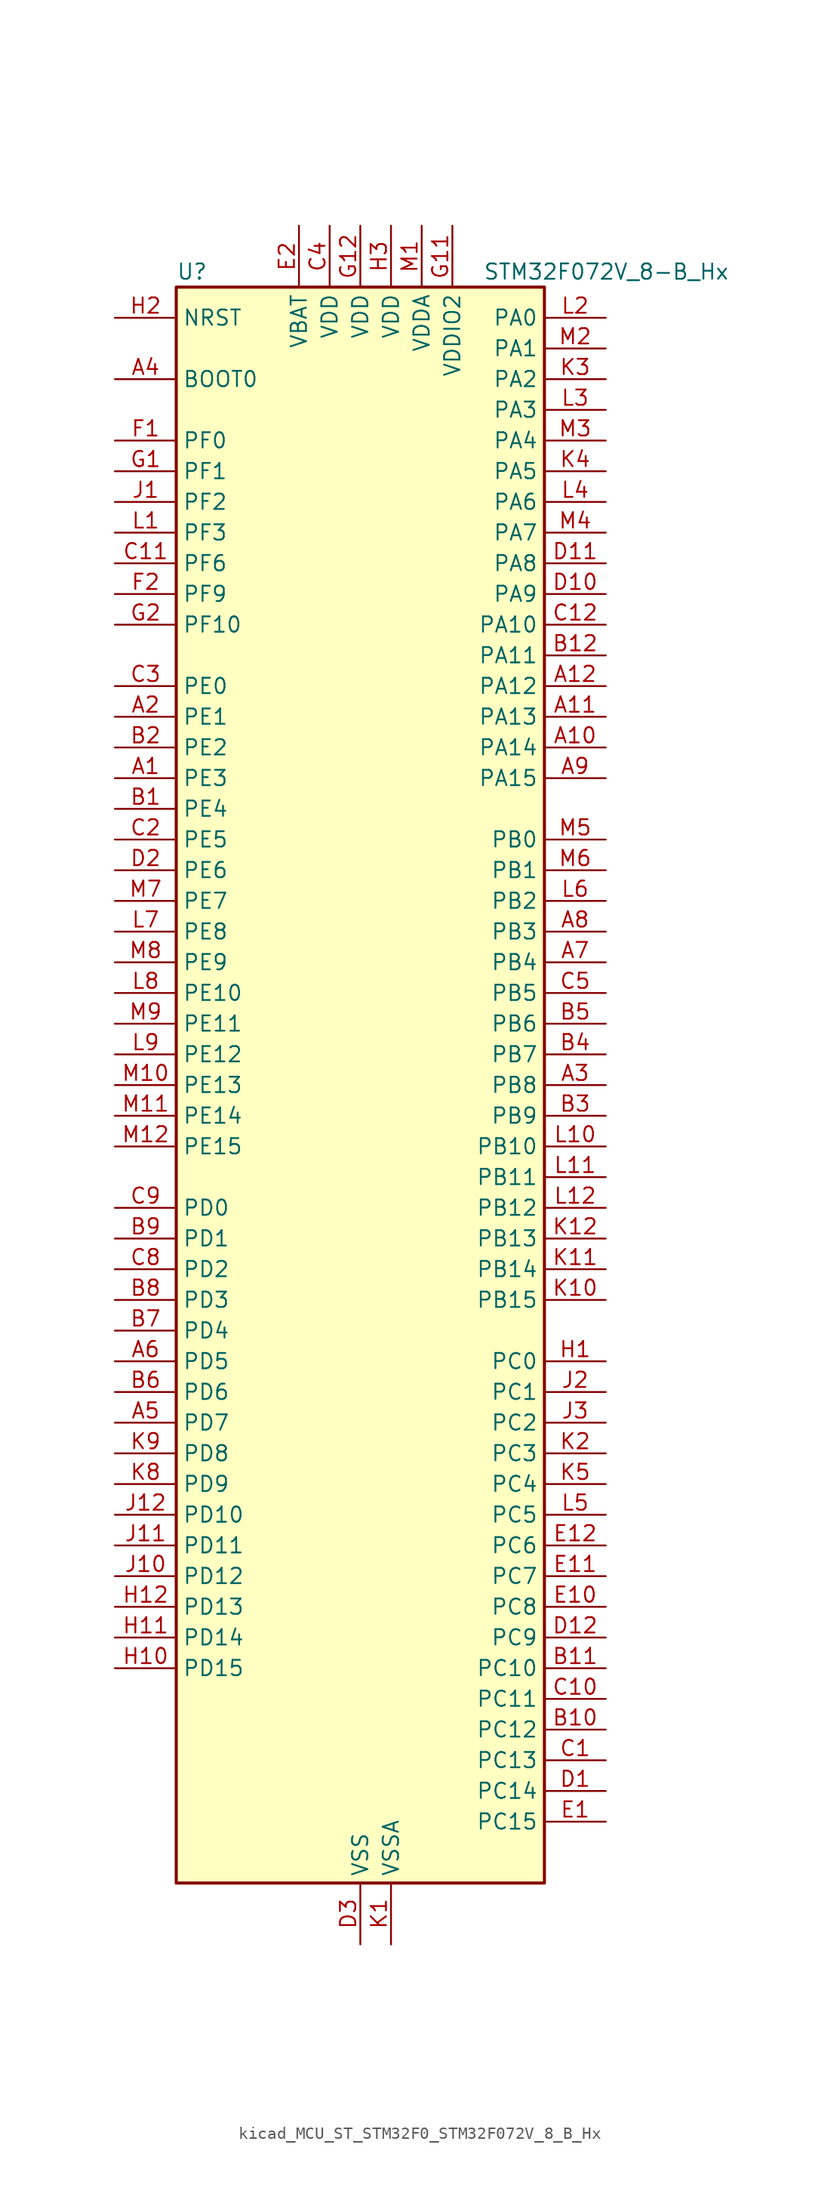
<source format=kicad_sym>
(kicad_symbol_lib
  (version 20220914)
  (generator kicad_symbol_editor)
  (symbol "kicad_MCU_ST_STM32F0_STM32F072V_8_B_Hx"
    (property "Reference" "U"
      (at -15.24 67.31 0)
      (effects (font (size 1.27 1.27)) (justify left)))
    (property "Value" "STM32F072V_8-B_Hx"
      (at 10.16 67.31 0)
      (effects (font (size 1.27 1.27)) (justify left)))
    (property "ki_locked" ""
      (at 0 0 0)
      (effects (font (size 1.27 1.27))))
    (symbol "kicad_MCU_ST_STM32F0_STM32F072V_8_B_Hx_0_1"
      (rectangle (start -15.24 -66.04) (end 15.24 66.04) (stroke (width 0.254) (type default)) (fill (type background))))
    (symbol "kicad_MCU_ST_STM32F0_STM32F072V_8_B_Hx_1_1"
      (pin bidirectional line (at -20.32 25.4 0) (length 5.08) (name "PE3" (effects (font (size 1.27 1.27)))) (number "A1" (effects (font (size 1.27 1.27)))) (alternate "TIM3_CH1" bidirectional line) (alternate "TSC_G7_IO2" bidirectional line))
      (pin bidirectional line (at 20.32 27.94 180) (length 5.08) (name "PA14" (effects (font (size 1.27 1.27)))) (number "A10" (effects (font (size 1.27 1.27)))) (alternate "SYS_SWCLK" bidirectional line) (alternate "USART2_TX" bidirectional line))
      (pin bidirectional line (at 20.32 30.48 180) (length 5.08) (name "PA13" (effects (font (size 1.27 1.27)))) (number "A11" (effects (font (size 1.27 1.27)))) (alternate "IR_OUT" bidirectional line) (alternate "SYS_SWDIO" bidirectional line) (alternate "USB_NOE" bidirectional line))
      (pin bidirectional line (at 20.32 33.02 180) (length 5.08) (name "PA12" (effects (font (size 1.27 1.27)))) (number "A12" (effects (font (size 1.27 1.27)))) (alternate "CAN_TX" bidirectional line) (alternate "COMP2_OUT" bidirectional line) (alternate "TIM1_ETR" bidirectional line) (alternate "TSC_G4_IO4" bidirectional line) (alternate "USART1_DE" bidirectional line) (alternate "USART1_RTS" bidirectional line) (alternate "USB_DP" bidirectional line))
      (pin bidirectional line (at -20.32 30.48 0) (length 5.08) (name "PE1" (effects (font (size 1.27 1.27)))) (number "A2" (effects (font (size 1.27 1.27)))) (alternate "TIM17_CH1" bidirectional line))
      (pin bidirectional line (at 20.32 0 180) (length 5.08) (name "PB8" (effects (font (size 1.27 1.27)))) (number "A3" (effects (font (size 1.27 1.27)))) (alternate "CAN_RX" bidirectional line) (alternate "CEC" bidirectional line) (alternate "I2C1_SCL" bidirectional line) (alternate "TIM16_CH1" bidirectional line) (alternate "TSC_SYNC" bidirectional line))
      (pin input line (at -20.32 58.42 0) (length 5.08) (name "BOOT0" (effects (font (size 1.27 1.27)))) (number "A4" (effects (font (size 1.27 1.27)))))
      (pin bidirectional line (at -20.32 -27.94 0) (length 5.08) (name "PD7" (effects (font (size 1.27 1.27)))) (number "A5" (effects (font (size 1.27 1.27)))) (alternate "USART2_CK" bidirectional line))
      (pin bidirectional line (at -20.32 -22.86 0) (length 5.08) (name "PD5" (effects (font (size 1.27 1.27)))) (number "A6" (effects (font (size 1.27 1.27)))) (alternate "USART2_TX" bidirectional line))
      (pin bidirectional line (at 20.32 10.16 180) (length 5.08) (name "PB4" (effects (font (size 1.27 1.27)))) (number "A7" (effects (font (size 1.27 1.27)))) (alternate "I2S1_MCK" bidirectional line) (alternate "SPI1_MISO" bidirectional line) (alternate "TIM17_BKIN" bidirectional line) (alternate "TIM3_CH1" bidirectional line) (alternate "TSC_G5_IO2" bidirectional line))
      (pin bidirectional line (at 20.32 12.7 180) (length 5.08) (name "PB3" (effects (font (size 1.27 1.27)))) (number "A8" (effects (font (size 1.27 1.27)))) (alternate "I2S1_CK" bidirectional line) (alternate "SPI1_SCK" bidirectional line) (alternate "TIM2_CH2" bidirectional line) (alternate "TSC_G5_IO1" bidirectional line))
      (pin bidirectional line (at 20.32 25.4 180) (length 5.08) (name "PA15" (effects (font (size 1.27 1.27)))) (number "A9" (effects (font (size 1.27 1.27)))) (alternate "I2S1_WS" bidirectional line) (alternate "SPI1_NSS" bidirectional line) (alternate "TIM2_CH1" bidirectional line) (alternate "TIM2_ETR" bidirectional line) (alternate "USART2_RX" bidirectional line) (alternate "USART4_DE" bidirectional line) (alternate "USART4_RTS" bidirectional line))
      (pin bidirectional line (at -20.32 22.86 0) (length 5.08) (name "PE4" (effects (font (size 1.27 1.27)))) (number "B1" (effects (font (size 1.27 1.27)))) (alternate "TIM3_CH2" bidirectional line) (alternate "TSC_G7_IO3" bidirectional line))
      (pin bidirectional line (at 20.32 -53.34 180) (length 5.08) (name "PC12" (effects (font (size 1.27 1.27)))) (number "B10" (effects (font (size 1.27 1.27)))) (alternate "USART3_CK" bidirectional line) (alternate "USART4_CK" bidirectional line))
      (pin bidirectional line (at 20.32 -48.26 180) (length 5.08) (name "PC10" (effects (font (size 1.27 1.27)))) (number "B11" (effects (font (size 1.27 1.27)))) (alternate "USART3_TX" bidirectional line) (alternate "USART4_TX" bidirectional line))
      (pin bidirectional line (at 20.32 35.56 180) (length 5.08) (name "PA11" (effects (font (size 1.27 1.27)))) (number "B12" (effects (font (size 1.27 1.27)))) (alternate "CAN_RX" bidirectional line) (alternate "COMP1_OUT" bidirectional line) (alternate "TIM1_CH4" bidirectional line) (alternate "TSC_G4_IO3" bidirectional line) (alternate "USART1_CTS" bidirectional line) (alternate "USB_DM" bidirectional line))
      (pin bidirectional line (at -20.32 27.94 0) (length 5.08) (name "PE2" (effects (font (size 1.27 1.27)))) (number "B2" (effects (font (size 1.27 1.27)))) (alternate "TIM3_ETR" bidirectional line) (alternate "TSC_G7_IO1" bidirectional line))
      (pin bidirectional line (at 20.32 -2.54 180) (length 5.08) (name "PB9" (effects (font (size 1.27 1.27)))) (number "B3" (effects (font (size 1.27 1.27)))) (alternate "CAN_TX" bidirectional line) (alternate "DAC_EXTI9" bidirectional line) (alternate "I2C1_SDA" bidirectional line) (alternate "I2S2_WS" bidirectional line) (alternate "IR_OUT" bidirectional line) (alternate "SPI2_NSS" bidirectional line) (alternate "TIM17_CH1" bidirectional line))
      (pin bidirectional line (at 20.32 2.54 180) (length 5.08) (name "PB7" (effects (font (size 1.27 1.27)))) (number "B4" (effects (font (size 1.27 1.27)))) (alternate "I2C1_SDA" bidirectional line) (alternate "TIM17_CH1N" bidirectional line) (alternate "TSC_G5_IO4" bidirectional line) (alternate "USART1_RX" bidirectional line) (alternate "USART4_CTS" bidirectional line))
      (pin bidirectional line (at 20.32 5.08 180) (length 5.08) (name "PB6" (effects (font (size 1.27 1.27)))) (number "B5" (effects (font (size 1.27 1.27)))) (alternate "I2C1_SCL" bidirectional line) (alternate "TIM16_CH1N" bidirectional line) (alternate "TSC_G5_IO3" bidirectional line) (alternate "USART1_TX" bidirectional line))
      (pin bidirectional line (at -20.32 -25.4 0) (length 5.08) (name "PD6" (effects (font (size 1.27 1.27)))) (number "B6" (effects (font (size 1.27 1.27)))) (alternate "USART2_RX" bidirectional line))
      (pin bidirectional line (at -20.32 -20.32 0) (length 5.08) (name "PD4" (effects (font (size 1.27 1.27)))) (number "B7" (effects (font (size 1.27 1.27)))) (alternate "I2S2_SD" bidirectional line) (alternate "SPI2_MOSI" bidirectional line) (alternate "USART2_DE" bidirectional line) (alternate "USART2_RTS" bidirectional line))
      (pin bidirectional line (at -20.32 -17.78 0) (length 5.08) (name "PD3" (effects (font (size 1.27 1.27)))) (number "B8" (effects (font (size 1.27 1.27)))) (alternate "I2S2_MCK" bidirectional line) (alternate "SPI2_MISO" bidirectional line) (alternate "USART2_CTS" bidirectional line))
      (pin bidirectional line (at -20.32 -12.7 0) (length 5.08) (name "PD1" (effects (font (size 1.27 1.27)))) (number "B9" (effects (font (size 1.27 1.27)))) (alternate "CAN_TX" bidirectional line) (alternate "I2S2_CK" bidirectional line) (alternate "SPI2_SCK" bidirectional line))
      (pin bidirectional line (at 20.32 -55.88 180) (length 5.08) (name "PC13" (effects (font (size 1.27 1.27)))) (number "C1" (effects (font (size 1.27 1.27)))) (alternate "RTC_OUT_ALARM" bidirectional line) (alternate "RTC_OUT_CALIB" bidirectional line) (alternate "RTC_TAMP1" bidirectional line) (alternate "RTC_TS" bidirectional line) (alternate "SYS_WKUP2" bidirectional line))
      (pin bidirectional line (at 20.32 -50.8 180) (length 5.08) (name "PC11" (effects (font (size 1.27 1.27)))) (number "C10" (effects (font (size 1.27 1.27)))) (alternate "USART3_RX" bidirectional line) (alternate "USART4_RX" bidirectional line))
      (pin bidirectional line (at -20.32 43.18 0) (length 5.08) (name "PF6" (effects (font (size 1.27 1.27)))) (number "C11" (effects (font (size 1.27 1.27)))))
      (pin bidirectional line (at 20.32 38.1 180) (length 5.08) (name "PA10" (effects (font (size 1.27 1.27)))) (number "C12" (effects (font (size 1.27 1.27)))) (alternate "TIM17_BKIN" bidirectional line) (alternate "TIM1_CH3" bidirectional line) (alternate "TSC_G4_IO2" bidirectional line) (alternate "USART1_RX" bidirectional line))
      (pin bidirectional line (at -20.32 20.32 0) (length 5.08) (name "PE5" (effects (font (size 1.27 1.27)))) (number "C2" (effects (font (size 1.27 1.27)))) (alternate "TIM3_CH3" bidirectional line) (alternate "TSC_G7_IO4" bidirectional line))
      (pin bidirectional line (at -20.32 33.02 0) (length 5.08) (name "PE0" (effects (font (size 1.27 1.27)))) (number "C3" (effects (font (size 1.27 1.27)))) (alternate "TIM16_CH1" bidirectional line))
      (pin power_in line (at -2.54 71.12 270) (length 5.08) (name "VDD" (effects (font (size 1.27 1.27)))) (number "C4" (effects (font (size 1.27 1.27)))))
      (pin bidirectional line (at 20.32 7.62 180) (length 5.08) (name "PB5" (effects (font (size 1.27 1.27)))) (number "C5" (effects (font (size 1.27 1.27)))) (alternate "I2C1_SMBA" bidirectional line) (alternate "I2S1_SD" bidirectional line) (alternate "SPI1_MOSI" bidirectional line) (alternate "SYS_WKUP6" bidirectional line) (alternate "TIM16_BKIN" bidirectional line) (alternate "TIM3_CH2" bidirectional line))
      (pin bidirectional line (at -20.32 -15.24 0) (length 5.08) (name "PD2" (effects (font (size 1.27 1.27)))) (number "C8" (effects (font (size 1.27 1.27)))) (alternate "TIM3_ETR" bidirectional line) (alternate "USART3_DE" bidirectional line) (alternate "USART3_RTS" bidirectional line))
      (pin bidirectional line (at -20.32 -10.16 0) (length 5.08) (name "PD0" (effects (font (size 1.27 1.27)))) (number "C9" (effects (font (size 1.27 1.27)))) (alternate "CAN_RX" bidirectional line) (alternate "I2S2_WS" bidirectional line) (alternate "SPI2_NSS" bidirectional line))
      (pin bidirectional line (at 20.32 -58.42 180) (length 5.08) (name "PC14" (effects (font (size 1.27 1.27)))) (number "D1" (effects (font (size 1.27 1.27)))) (alternate "RCC_OSC32_IN" bidirectional line))
      (pin bidirectional line (at 20.32 40.64 180) (length 5.08) (name "PA9" (effects (font (size 1.27 1.27)))) (number "D10" (effects (font (size 1.27 1.27)))) (alternate "DAC_EXTI9" bidirectional line) (alternate "TIM15_BKIN" bidirectional line) (alternate "TIM1_CH2" bidirectional line) (alternate "TSC_G4_IO1" bidirectional line) (alternate "USART1_TX" bidirectional line))
      (pin bidirectional line (at 20.32 43.18 180) (length 5.08) (name "PA8" (effects (font (size 1.27 1.27)))) (number "D11" (effects (font (size 1.27 1.27)))) (alternate "CRS_SYNC" bidirectional line) (alternate "RCC_MCO" bidirectional line) (alternate "TIM1_CH1" bidirectional line) (alternate "USART1_CK" bidirectional line))
      (pin bidirectional line (at 20.32 -45.72 180) (length 5.08) (name "PC9" (effects (font (size 1.27 1.27)))) (number "D12" (effects (font (size 1.27 1.27)))) (alternate "DAC_EXTI9" bidirectional line) (alternate "TIM3_CH4" bidirectional line))
      (pin bidirectional line (at -20.32 17.78 0) (length 5.08) (name "PE6" (effects (font (size 1.27 1.27)))) (number "D2" (effects (font (size 1.27 1.27)))) (alternate "RTC_TAMP3" bidirectional line) (alternate "SYS_WKUP3" bidirectional line) (alternate "TIM3_CH4" bidirectional line))
      (pin power_in line (at 0 -71.12 90) (length 5.08) (name "VSS" (effects (font (size 1.27 1.27)))) (number "D3" (effects (font (size 1.27 1.27)))))
      (pin bidirectional line (at 20.32 -60.96 180) (length 5.08) (name "PC15" (effects (font (size 1.27 1.27)))) (number "E1" (effects (font (size 1.27 1.27)))) (alternate "RCC_OSC32_OUT" bidirectional line))
      (pin bidirectional line (at 20.32 -43.18 180) (length 5.08) (name "PC8" (effects (font (size 1.27 1.27)))) (number "E10" (effects (font (size 1.27 1.27)))) (alternate "TIM3_CH3" bidirectional line))
      (pin bidirectional line (at 20.32 -40.64 180) (length 5.08) (name "PC7" (effects (font (size 1.27 1.27)))) (number "E11" (effects (font (size 1.27 1.27)))) (alternate "TIM3_CH2" bidirectional line))
      (pin bidirectional line (at 20.32 -38.1 180) (length 5.08) (name "PC6" (effects (font (size 1.27 1.27)))) (number "E12" (effects (font (size 1.27 1.27)))) (alternate "TIM3_CH1" bidirectional line))
      (pin power_in line (at -5.08 71.12 270) (length 5.08) (name "VBAT" (effects (font (size 1.27 1.27)))) (number "E2" (effects (font (size 1.27 1.27)))))
      (pin no_connect line (at -15.24 -66.04 0) (length 5.08) hide (name "NC" (effects (font (size 1.27 1.27)))) (number "E3" (effects (font (size 1.27 1.27)))))
      (pin bidirectional line (at -20.32 53.34 0) (length 5.08) (name "PF0" (effects (font (size 1.27 1.27)))) (number "F1" (effects (font (size 1.27 1.27)))) (alternate "CRS_SYNC" bidirectional line) (alternate "RCC_OSC_IN" bidirectional line))
      (pin passive line (at 0 -71.12 90) (length 5.08) hide (name "VSS" (effects (font (size 1.27 1.27)))) (number "F11" (effects (font (size 1.27 1.27)))))
      (pin passive line (at 0 -71.12 90) (length 5.08) hide (name "VSS" (effects (font (size 1.27 1.27)))) (number "F12" (effects (font (size 1.27 1.27)))))
      (pin bidirectional line (at -20.32 40.64 0) (length 5.08) (name "PF9" (effects (font (size 1.27 1.27)))) (number "F2" (effects (font (size 1.27 1.27)))) (alternate "DAC_EXTI9" bidirectional line) (alternate "TIM15_CH1" bidirectional line))
      (pin bidirectional line (at -20.32 50.8 0) (length 5.08) (name "PF1" (effects (font (size 1.27 1.27)))) (number "G1" (effects (font (size 1.27 1.27)))) (alternate "RCC_OSC_OUT" bidirectional line))
      (pin power_in line (at 7.62 71.12 270) (length 5.08) (name "VDDIO2" (effects (font (size 1.27 1.27)))) (number "G11" (effects (font (size 1.27 1.27)))))
      (pin power_in line (at 0 71.12 270) (length 5.08) (name "VDD" (effects (font (size 1.27 1.27)))) (number "G12" (effects (font (size 1.27 1.27)))))
      (pin bidirectional line (at -20.32 38.1 0) (length 5.08) (name "PF10" (effects (font (size 1.27 1.27)))) (number "G2" (effects (font (size 1.27 1.27)))) (alternate "TIM15_CH2" bidirectional line))
      (pin bidirectional line (at 20.32 -22.86 180) (length 5.08) (name "PC0" (effects (font (size 1.27 1.27)))) (number "H1" (effects (font (size 1.27 1.27)))) (alternate "ADC_IN10" bidirectional line))
      (pin bidirectional line (at -20.32 -48.26 0) (length 5.08) (name "PD15" (effects (font (size 1.27 1.27)))) (number "H10" (effects (font (size 1.27 1.27)))) (alternate "CRS_SYNC" bidirectional line) (alternate "TSC_G8_IO4" bidirectional line))
      (pin bidirectional line (at -20.32 -45.72 0) (length 5.08) (name "PD14" (effects (font (size 1.27 1.27)))) (number "H11" (effects (font (size 1.27 1.27)))) (alternate "TSC_G8_IO3" bidirectional line))
      (pin bidirectional line (at -20.32 -43.18 0) (length 5.08) (name "PD13" (effects (font (size 1.27 1.27)))) (number "H12" (effects (font (size 1.27 1.27)))) (alternate "TSC_G8_IO2" bidirectional line))
      (pin input line (at -20.32 63.5 0) (length 5.08) (name "NRST" (effects (font (size 1.27 1.27)))) (number "H2" (effects (font (size 1.27 1.27)))))
      (pin power_in line (at 2.54 71.12 270) (length 5.08) (name "VDD" (effects (font (size 1.27 1.27)))) (number "H3" (effects (font (size 1.27 1.27)))))
      (pin bidirectional line (at -20.32 48.26 0) (length 5.08) (name "PF2" (effects (font (size 1.27 1.27)))) (number "J1" (effects (font (size 1.27 1.27)))) (alternate "SYS_WKUP8" bidirectional line))
      (pin bidirectional line (at -20.32 -40.64 0) (length 5.08) (name "PD12" (effects (font (size 1.27 1.27)))) (number "J10" (effects (font (size 1.27 1.27)))) (alternate "TSC_G8_IO1" bidirectional line) (alternate "USART3_DE" bidirectional line) (alternate "USART3_RTS" bidirectional line))
      (pin bidirectional line (at -20.32 -38.1 0) (length 5.08) (name "PD11" (effects (font (size 1.27 1.27)))) (number "J11" (effects (font (size 1.27 1.27)))) (alternate "USART3_CTS" bidirectional line))
      (pin bidirectional line (at -20.32 -35.56 0) (length 5.08) (name "PD10" (effects (font (size 1.27 1.27)))) (number "J12" (effects (font (size 1.27 1.27)))) (alternate "USART3_CK" bidirectional line))
      (pin bidirectional line (at 20.32 -25.4 180) (length 5.08) (name "PC1" (effects (font (size 1.27 1.27)))) (number "J2" (effects (font (size 1.27 1.27)))) (alternate "ADC_IN11" bidirectional line))
      (pin bidirectional line (at 20.32 -27.94 180) (length 5.08) (name "PC2" (effects (font (size 1.27 1.27)))) (number "J3" (effects (font (size 1.27 1.27)))) (alternate "ADC_IN12" bidirectional line) (alternate "I2S2_MCK" bidirectional line) (alternate "SPI2_MISO" bidirectional line))
      (pin power_in line (at 2.54 -71.12 90) (length 5.08) (name "VSSA" (effects (font (size 1.27 1.27)))) (number "K1" (effects (font (size 1.27 1.27)))))
      (pin bidirectional line (at 20.32 -17.78 180) (length 5.08) (name "PB15" (effects (font (size 1.27 1.27)))) (number "K10" (effects (font (size 1.27 1.27)))) (alternate "I2S2_SD" bidirectional line) (alternate "RTC_REFIN" bidirectional line) (alternate "SPI2_MOSI" bidirectional line) (alternate "SYS_WKUP7" bidirectional line) (alternate "TIM15_CH1N" bidirectional line) (alternate "TIM15_CH2" bidirectional line) (alternate "TIM1_CH3N" bidirectional line))
      (pin bidirectional line (at 20.32 -15.24 180) (length 5.08) (name "PB14" (effects (font (size 1.27 1.27)))) (number "K11" (effects (font (size 1.27 1.27)))) (alternate "I2C2_SDA" bidirectional line) (alternate "I2S2_MCK" bidirectional line) (alternate "SPI2_MISO" bidirectional line) (alternate "TIM15_CH1" bidirectional line) (alternate "TIM1_CH2N" bidirectional line) (alternate "TSC_G6_IO4" bidirectional line) (alternate "USART3_DE" bidirectional line) (alternate "USART3_RTS" bidirectional line))
      (pin bidirectional line (at 20.32 -12.7 180) (length 5.08) (name "PB13" (effects (font (size 1.27 1.27)))) (number "K12" (effects (font (size 1.27 1.27)))) (alternate "I2C2_SCL" bidirectional line) (alternate "I2S2_CK" bidirectional line) (alternate "SPI2_SCK" bidirectional line) (alternate "TIM1_CH1N" bidirectional line) (alternate "TSC_G6_IO3" bidirectional line) (alternate "USART3_CTS" bidirectional line))
      (pin bidirectional line (at 20.32 -30.48 180) (length 5.08) (name "PC3" (effects (font (size 1.27 1.27)))) (number "K2" (effects (font (size 1.27 1.27)))) (alternate "ADC_IN13" bidirectional line) (alternate "I2S2_SD" bidirectional line) (alternate "SPI2_MOSI" bidirectional line))
      (pin bidirectional line (at 20.32 58.42 180) (length 5.08) (name "PA2" (effects (font (size 1.27 1.27)))) (number "K3" (effects (font (size 1.27 1.27)))) (alternate "ADC_IN2" bidirectional line) (alternate "COMP2_INM" bidirectional line) (alternate "COMP2_OUT" bidirectional line) (alternate "SYS_WKUP4" bidirectional line) (alternate "TIM15_CH1" bidirectional line) (alternate "TIM2_CH3" bidirectional line) (alternate "TSC_G1_IO3" bidirectional line) (alternate "USART2_TX" bidirectional line))
      (pin bidirectional line (at 20.32 50.8 180) (length 5.08) (name "PA5" (effects (font (size 1.27 1.27)))) (number "K4" (effects (font (size 1.27 1.27)))) (alternate "ADC_IN5" bidirectional line) (alternate "CEC" bidirectional line) (alternate "COMP1_INM" bidirectional line) (alternate "COMP2_INM" bidirectional line) (alternate "DAC_OUT2" bidirectional line) (alternate "I2S1_CK" bidirectional line) (alternate "SPI1_SCK" bidirectional line) (alternate "TIM2_CH1" bidirectional line) (alternate "TIM2_ETR" bidirectional line) (alternate "TSC_G2_IO2" bidirectional line))
      (pin bidirectional line (at 20.32 -33.02 180) (length 5.08) (name "PC4" (effects (font (size 1.27 1.27)))) (number "K5" (effects (font (size 1.27 1.27)))) (alternate "ADC_IN14" bidirectional line) (alternate "USART3_TX" bidirectional line))
      (pin bidirectional line (at -20.32 -33.02 0) (length 5.08) (name "PD9" (effects (font (size 1.27 1.27)))) (number "K8" (effects (font (size 1.27 1.27)))) (alternate "DAC_EXTI9" bidirectional line) (alternate "USART3_RX" bidirectional line))
      (pin bidirectional line (at -20.32 -30.48 0) (length 5.08) (name "PD8" (effects (font (size 1.27 1.27)))) (number "K9" (effects (font (size 1.27 1.27)))) (alternate "USART3_TX" bidirectional line))
      (pin bidirectional line (at -20.32 45.72 0) (length 5.08) (name "PF3" (effects (font (size 1.27 1.27)))) (number "L1" (effects (font (size 1.27 1.27)))))
      (pin bidirectional line (at 20.32 -5.08 180) (length 5.08) (name "PB10" (effects (font (size 1.27 1.27)))) (number "L10" (effects (font (size 1.27 1.27)))) (alternate "CEC" bidirectional line) (alternate "I2C2_SCL" bidirectional line) (alternate "I2S2_CK" bidirectional line) (alternate "SPI2_SCK" bidirectional line) (alternate "TIM2_CH3" bidirectional line) (alternate "TSC_SYNC" bidirectional line) (alternate "USART3_TX" bidirectional line))
      (pin bidirectional line (at 20.32 -7.62 180) (length 5.08) (name "PB11" (effects (font (size 1.27 1.27)))) (number "L11" (effects (font (size 1.27 1.27)))) (alternate "I2C2_SDA" bidirectional line) (alternate "TIM2_CH4" bidirectional line) (alternate "TSC_G6_IO1" bidirectional line) (alternate "USART3_RX" bidirectional line))
      (pin bidirectional line (at 20.32 -10.16 180) (length 5.08) (name "PB12" (effects (font (size 1.27 1.27)))) (number "L12" (effects (font (size 1.27 1.27)))) (alternate "I2S2_WS" bidirectional line) (alternate "SPI2_NSS" bidirectional line) (alternate "TIM15_BKIN" bidirectional line) (alternate "TIM1_BKIN" bidirectional line) (alternate "TSC_G6_IO2" bidirectional line) (alternate "USART3_CK" bidirectional line))
      (pin bidirectional line (at 20.32 63.5 180) (length 5.08) (name "PA0" (effects (font (size 1.27 1.27)))) (number "L2" (effects (font (size 1.27 1.27)))) (alternate "ADC_IN0" bidirectional line) (alternate "COMP1_INM" bidirectional line) (alternate "COMP1_OUT" bidirectional line) (alternate "RTC_TAMP2" bidirectional line) (alternate "SYS_WKUP1" bidirectional line) (alternate "TIM2_CH1" bidirectional line) (alternate "TIM2_ETR" bidirectional line) (alternate "TSC_G1_IO1" bidirectional line) (alternate "USART2_CTS" bidirectional line) (alternate "USART4_TX" bidirectional line))
      (pin bidirectional line (at 20.32 55.88 180) (length 5.08) (name "PA3" (effects (font (size 1.27 1.27)))) (number "L3" (effects (font (size 1.27 1.27)))) (alternate "ADC_IN3" bidirectional line) (alternate "COMP2_INP" bidirectional line) (alternate "TIM15_CH2" bidirectional line) (alternate "TIM2_CH4" bidirectional line) (alternate "TSC_G1_IO4" bidirectional line) (alternate "USART2_RX" bidirectional line))
      (pin bidirectional line (at 20.32 48.26 180) (length 5.08) (name "PA6" (effects (font (size 1.27 1.27)))) (number "L4" (effects (font (size 1.27 1.27)))) (alternate "ADC_IN6" bidirectional line) (alternate "COMP1_OUT" bidirectional line) (alternate "I2S1_MCK" bidirectional line) (alternate "SPI1_MISO" bidirectional line) (alternate "TIM16_CH1" bidirectional line) (alternate "TIM1_BKIN" bidirectional line) (alternate "TIM3_CH1" bidirectional line) (alternate "TSC_G2_IO3" bidirectional line) (alternate "USART3_CTS" bidirectional line))
      (pin bidirectional line (at 20.32 -35.56 180) (length 5.08) (name "PC5" (effects (font (size 1.27 1.27)))) (number "L5" (effects (font (size 1.27 1.27)))) (alternate "ADC_IN15" bidirectional line) (alternate "SYS_WKUP5" bidirectional line) (alternate "TSC_G3_IO1" bidirectional line) (alternate "USART3_RX" bidirectional line))
      (pin bidirectional line (at 20.32 15.24 180) (length 5.08) (name "PB2" (effects (font (size 1.27 1.27)))) (number "L6" (effects (font (size 1.27 1.27)))) (alternate "TSC_G3_IO4" bidirectional line))
      (pin bidirectional line (at -20.32 12.7 0) (length 5.08) (name "PE8" (effects (font (size 1.27 1.27)))) (number "L7" (effects (font (size 1.27 1.27)))) (alternate "TIM1_CH1N" bidirectional line))
      (pin bidirectional line (at -20.32 7.62 0) (length 5.08) (name "PE10" (effects (font (size 1.27 1.27)))) (number "L8" (effects (font (size 1.27 1.27)))) (alternate "TIM1_CH2N" bidirectional line))
      (pin bidirectional line (at -20.32 2.54 0) (length 5.08) (name "PE12" (effects (font (size 1.27 1.27)))) (number "L9" (effects (font (size 1.27 1.27)))) (alternate "I2S1_WS" bidirectional line) (alternate "SPI1_NSS" bidirectional line) (alternate "TIM1_CH3N" bidirectional line))
      (pin power_in line (at 5.08 71.12 270) (length 5.08) (name "VDDA" (effects (font (size 1.27 1.27)))) (number "M1" (effects (font (size 1.27 1.27)))))
      (pin bidirectional line (at -20.32 0 0) (length 5.08) (name "PE13" (effects (font (size 1.27 1.27)))) (number "M10" (effects (font (size 1.27 1.27)))) (alternate "I2S1_CK" bidirectional line) (alternate "SPI1_SCK" bidirectional line) (alternate "TIM1_CH3" bidirectional line))
      (pin bidirectional line (at -20.32 -2.54 0) (length 5.08) (name "PE14" (effects (font (size 1.27 1.27)))) (number "M11" (effects (font (size 1.27 1.27)))) (alternate "I2S1_MCK" bidirectional line) (alternate "SPI1_MISO" bidirectional line) (alternate "TIM1_CH4" bidirectional line))
      (pin bidirectional line (at -20.32 -5.08 0) (length 5.08) (name "PE15" (effects (font (size 1.27 1.27)))) (number "M12" (effects (font (size 1.27 1.27)))) (alternate "I2S1_SD" bidirectional line) (alternate "SPI1_MOSI" bidirectional line) (alternate "TIM1_BKIN" bidirectional line))
      (pin bidirectional line (at 20.32 60.96 180) (length 5.08) (name "PA1" (effects (font (size 1.27 1.27)))) (number "M2" (effects (font (size 1.27 1.27)))) (alternate "ADC_IN1" bidirectional line) (alternate "COMP1_INP" bidirectional line) (alternate "TIM15_CH1N" bidirectional line) (alternate "TIM2_CH2" bidirectional line) (alternate "TSC_G1_IO2" bidirectional line) (alternate "USART2_DE" bidirectional line) (alternate "USART2_RTS" bidirectional line) (alternate "USART4_RX" bidirectional line))
      (pin bidirectional line (at 20.32 53.34 180) (length 5.08) (name "PA4" (effects (font (size 1.27 1.27)))) (number "M3" (effects (font (size 1.27 1.27)))) (alternate "ADC_IN4" bidirectional line) (alternate "COMP1_INM" bidirectional line) (alternate "COMP2_INM" bidirectional line) (alternate "DAC_OUT1" bidirectional line) (alternate "I2S1_WS" bidirectional line) (alternate "SPI1_NSS" bidirectional line) (alternate "TIM14_CH1" bidirectional line) (alternate "TSC_G2_IO1" bidirectional line) (alternate "USART2_CK" bidirectional line))
      (pin bidirectional line (at 20.32 45.72 180) (length 5.08) (name "PA7" (effects (font (size 1.27 1.27)))) (number "M4" (effects (font (size 1.27 1.27)))) (alternate "ADC_IN7" bidirectional line) (alternate "COMP2_OUT" bidirectional line) (alternate "I2S1_SD" bidirectional line) (alternate "SPI1_MOSI" bidirectional line) (alternate "TIM14_CH1" bidirectional line) (alternate "TIM17_CH1" bidirectional line) (alternate "TIM1_CH1N" bidirectional line) (alternate "TIM3_CH2" bidirectional line) (alternate "TSC_G2_IO4" bidirectional line))
      (pin bidirectional line (at 20.32 20.32 180) (length 5.08) (name "PB0" (effects (font (size 1.27 1.27)))) (number "M5" (effects (font (size 1.27 1.27)))) (alternate "ADC_IN8" bidirectional line) (alternate "TIM1_CH2N" bidirectional line) (alternate "TIM3_CH3" bidirectional line) (alternate "TSC_G3_IO2" bidirectional line) (alternate "USART3_CK" bidirectional line))
      (pin bidirectional line (at 20.32 17.78 180) (length 5.08) (name "PB1" (effects (font (size 1.27 1.27)))) (number "M6" (effects (font (size 1.27 1.27)))) (alternate "ADC_IN9" bidirectional line) (alternate "TIM14_CH1" bidirectional line) (alternate "TIM1_CH3N" bidirectional line) (alternate "TIM3_CH4" bidirectional line) (alternate "TSC_G3_IO3" bidirectional line) (alternate "USART3_DE" bidirectional line) (alternate "USART3_RTS" bidirectional line))
      (pin bidirectional line (at -20.32 15.24 0) (length 5.08) (name "PE7" (effects (font (size 1.27 1.27)))) (number "M7" (effects (font (size 1.27 1.27)))) (alternate "TIM1_ETR" bidirectional line))
      (pin bidirectional line (at -20.32 10.16 0) (length 5.08) (name "PE9" (effects (font (size 1.27 1.27)))) (number "M8" (effects (font (size 1.27 1.27)))) (alternate "DAC_EXTI9" bidirectional line) (alternate "TIM1_CH1" bidirectional line))
      (pin bidirectional line (at -20.32 5.08 0) (length 5.08) (name "PE11" (effects (font (size 1.27 1.27)))) (number "M9" (effects (font (size 1.27 1.27)))) (alternate "TIM1_CH2" bidirectional line)))))
</source>
